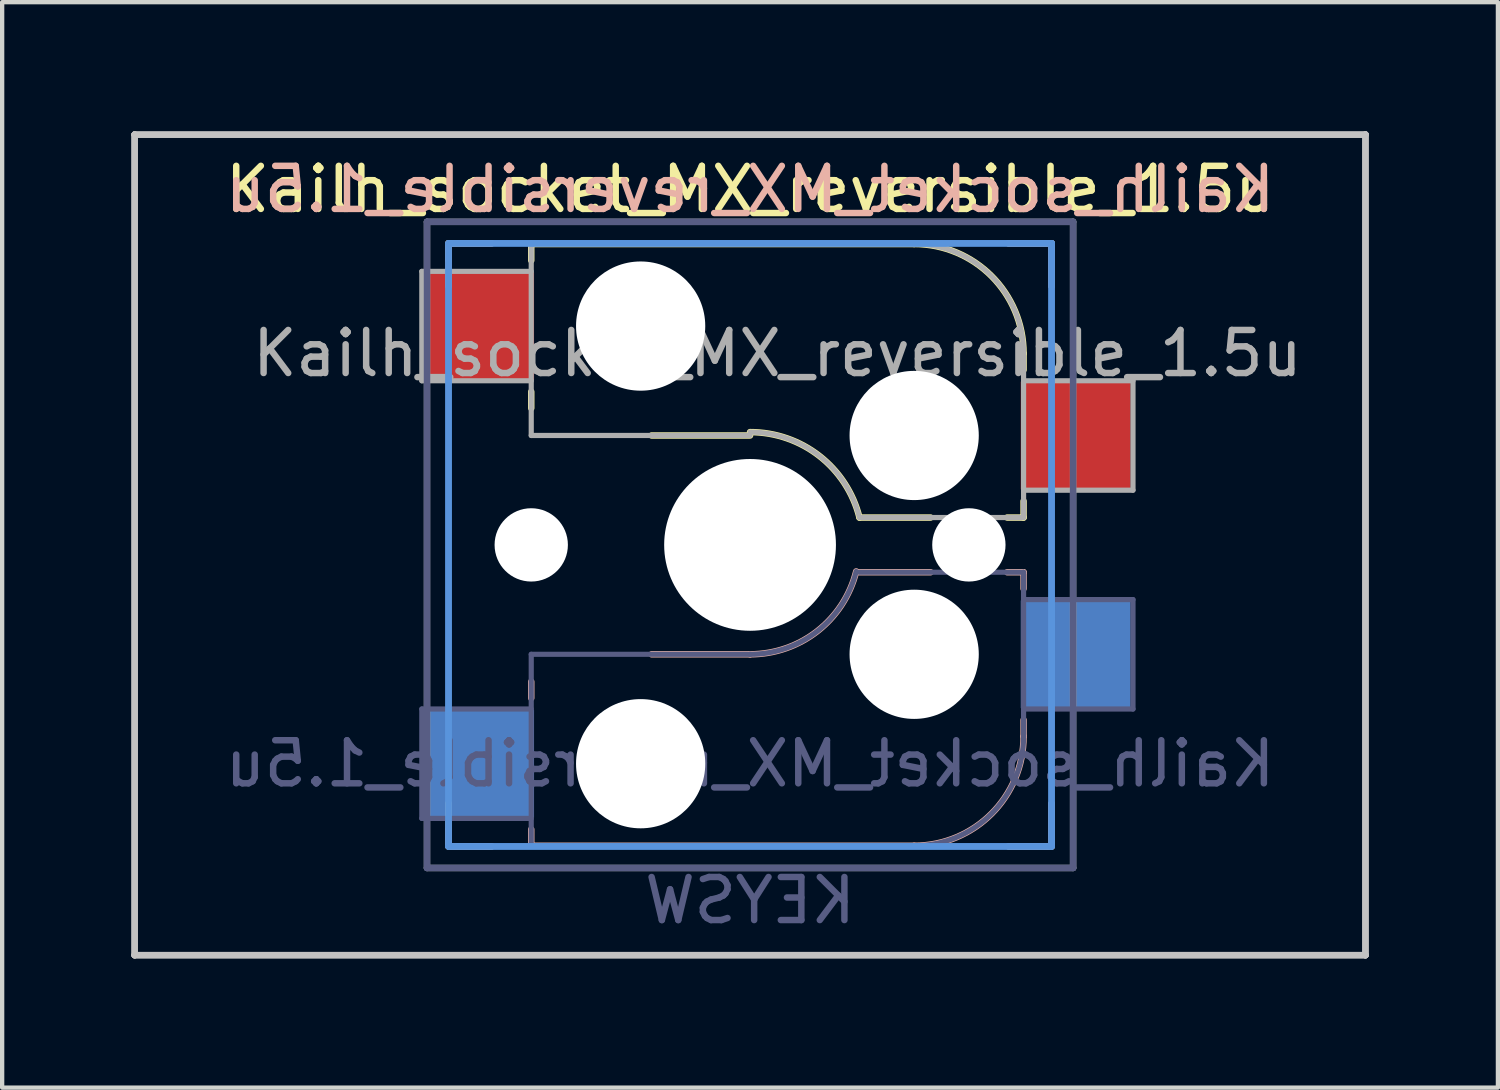
<source format=kicad_pcb>
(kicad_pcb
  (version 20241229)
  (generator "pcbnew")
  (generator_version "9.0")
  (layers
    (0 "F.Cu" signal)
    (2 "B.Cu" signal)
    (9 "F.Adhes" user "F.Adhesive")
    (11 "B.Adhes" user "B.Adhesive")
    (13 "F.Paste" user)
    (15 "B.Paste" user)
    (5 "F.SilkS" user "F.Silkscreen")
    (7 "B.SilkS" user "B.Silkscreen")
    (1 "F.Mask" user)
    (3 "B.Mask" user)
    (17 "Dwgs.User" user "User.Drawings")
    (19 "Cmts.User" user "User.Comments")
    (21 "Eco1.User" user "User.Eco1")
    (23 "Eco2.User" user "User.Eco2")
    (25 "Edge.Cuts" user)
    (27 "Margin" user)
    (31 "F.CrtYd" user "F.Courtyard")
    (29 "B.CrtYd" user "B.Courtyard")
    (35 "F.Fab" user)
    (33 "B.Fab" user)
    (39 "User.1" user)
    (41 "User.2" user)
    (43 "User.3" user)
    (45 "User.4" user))
  (footprint "Kailh_socket_MX_reversible_1.5u"
    (layer "F.Cu")
    (at 14.363 9.6)
    (property "Reference" "Kailh_socket_MX_reversible_1.5u" (at 0 -8.255 0) (layer "F.SilkS") (effects (font (size 1 1) (thickness 0.15))))
    (property "Value" "KEYSW" (at 0 8.255 0) (layer "F.Fab") (hide yes) (effects (font (size 1 1) (thickness 0.15))))
    (attr smd)
    (fp_line (start -7 -7) (end -6 -7) (stroke (width 0.15) (type solid)) (layer "F.SilkS"))
    (fp_line (start -7 -6.604) (end -7 -7) (stroke (width 0.15) (type solid)) (layer "F.SilkS"))
    (fp_line (start -7 7) (end -7 6) (stroke (width 0.15) (type solid)) (layer "F.SilkS"))
    (fp_line (start -6 7) (end -7 7) (stroke (width 0.15) (type solid)) (layer "F.SilkS"))
    (fp_line (start -5.08 -6.985) (end -5.08 -6.604) (stroke (width 0.15) (type solid)) (layer "F.SilkS"))
    (fp_line (start -5.08 -3.556) (end -5.08 -3.175) (stroke (width 0.15) (type solid)) (layer "F.SilkS"))
    (fp_line (start -2.286 -2.54) (end 0 -2.54) (stroke (width 0.15) (type solid)) (layer "F.SilkS"))
    (fp_line (start 2.54 -0.635) (end 4.191 -0.635) (stroke (width 0.15) (type solid)) (layer "F.SilkS"))
    (fp_line (start 3.81 -6.985) (end -5.08 -6.985) (stroke (width 0.15) (type solid)) (layer "F.SilkS"))
    (fp_line (start 5.969 -0.635) (end 6.35 -0.635) (stroke (width 0.15) (type solid)) (layer "F.SilkS"))
    (fp_line (start 6 -7) (end 7 -7) (stroke (width 0.15) (type solid)) (layer "F.SilkS"))
    (fp_line (start 6.35 -4.445) (end 6.35 -4.064) (stroke (width 0.15) (type solid)) (layer "F.SilkS"))
    (fp_line (start 6.35 -0.635) (end 6.35 -1.016) (stroke (width 0.15) (type solid)) (layer "F.SilkS"))
    (fp_line (start 7 -7) (end 7 -6) (stroke (width 0.15) (type solid)) (layer "F.SilkS"))
    (fp_line (start 7 6) (end 7 7) (stroke (width 0.15) (type solid)) (layer "F.SilkS"))
    (fp_line (start 7 7) (end 6 7) (stroke (width 0.15) (type solid)) (layer "F.SilkS"))
    (fp_arc (start 0.000001 -2.618171) (mid 1.611255 -2.063656) (end 2.539999 -0.634999) (stroke (width 0.15) (type solid)) (layer "F.SilkS"))
    (fp_arc (start 3.81 -6.985) (mid 5.606051 -6.241051) (end 6.35 -4.445) (stroke (width 0.15) (type solid)) (layer "F.SilkS"))
    (fp_line (start -7 -7) (end -6 -7) (stroke (width 0.15) (type solid)) (layer "B.SilkS"))
    (fp_line (start -7 -6) (end -7 -7) (stroke (width 0.15) (type solid)) (layer "B.SilkS"))
    (fp_line (start -7 7) (end -7 6.604) (stroke (width 0.15) (type solid)) (layer "B.SilkS"))
    (fp_line (start -6 7) (end -7 7) (stroke (width 0.15) (type solid)) (layer "B.SilkS"))
    (fp_line (start -5.08 3.175) (end -5.08 3.556) (stroke (width 0.15) (type solid)) (layer "B.SilkS"))
    (fp_line (start -5.08 6.604) (end -5.08 6.985) (stroke (width 0.15) (type solid)) (layer "B.SilkS"))
    (fp_line (start -5.08 6.985) (end 3.81 6.985) (stroke (width 0.15) (type solid)) (layer "B.SilkS"))
    (fp_line (start 0 2.54) (end -2.286 2.54) (stroke (width 0.15) (type solid)) (layer "B.SilkS"))
    (fp_line (start 4.191 0.635) (end 2.54 0.635) (stroke (width 0.15) (type solid)) (layer "B.SilkS"))
    (fp_line (start 6 -7) (end 7 -7) (stroke (width 0.15) (type solid)) (layer "B.SilkS"))
    (fp_line (start 6.35 0.635) (end 5.969 0.635) (stroke (width 0.15) (type solid)) (layer "B.SilkS"))
    (fp_line (start 6.35 1.016) (end 6.35 0.635) (stroke (width 0.15) (type solid)) (layer "B.SilkS"))
    (fp_line (start 6.35 4.445) (end 6.35 4.064) (stroke (width 0.15) (type solid)) (layer "B.SilkS"))
    (fp_line (start 7 -7) (end 7 -6) (stroke (width 0.15) (type solid)) (layer "B.SilkS"))
    (fp_line (start 7 6) (end 7 7) (stroke (width 0.15) (type solid)) (layer "B.SilkS"))
    (fp_line (start 7 7) (end 6 7) (stroke (width 0.15) (type solid)) (layer "B.SilkS"))
    (fp_arc (start 2.464162 0.61604) (mid 1.563147 2.002042) (end 0 2.54) (stroke (width 0.15) (type solid)) (layer "B.SilkS"))
    (fp_arc (start 6.35 4.445) (mid 5.606051 6.241051) (end 3.81 6.985) (stroke (width 0.15) (type solid)) (layer "B.SilkS"))
    (fp_line (start -14.287 -9.525) (end -14.287 -9.525) (stroke (width 0.15) (type solid)) (layer "Dwgs.User"))
    (fp_line (start -14.287 -9.525) (end -14.287 -9.525) (stroke (width 0.15) (type solid)) (layer "Dwgs.User"))
    (fp_line (start -14.287 -9.525) (end -14.287 9.525) (stroke (width 0.15) (type solid)) (layer "Dwgs.User"))
    (fp_line (start -14.287 -9.525) (end 14.287 -9.525) (stroke (width 0.15) (type solid)) (layer "Dwgs.User"))
    (fp_line (start -14.287 9.525) (end -14.287 -9.525) (stroke (width 0.15) (type solid)) (layer "Dwgs.User"))
    (fp_line (start -14.287 9.525) (end -14.287 9.525) (stroke (width 0.15) (type solid)) (layer "Dwgs.User"))
    (fp_line (start -14.287 9.525) (end -14.287 9.525) (stroke (width 0.15) (type solid)) (layer "Dwgs.User"))
    (fp_line (start -14.287 9.525) (end 14.287 9.525) (stroke (width 0.15) (type solid)) (layer "Dwgs.User"))
    (fp_line (start 14.287 -9.525) (end -14.287 -9.525) (stroke (width 0.15) (type solid)) (layer "Dwgs.User"))
    (fp_line (start 14.287 -9.525) (end 14.287 -9.525) (stroke (width 0.15) (type solid)) (layer "Dwgs.User"))
    (fp_line (start 14.287 -9.525) (end 14.287 -9.525) (stroke (width 0.15) (type solid)) (layer "Dwgs.User"))
    (fp_line (start 14.287 -9.525) (end 14.287 9.525) (stroke (width 0.15) (type solid)) (layer "Dwgs.User"))
    (fp_line (start 14.287 9.525) (end -14.287 9.525) (stroke (width 0.15) (type solid)) (layer "Dwgs.User"))
    (fp_line (start 14.287 9.525) (end 14.287 -9.525) (stroke (width 0.15) (type solid)) (layer "Dwgs.User"))
    (fp_line (start 14.287 9.525) (end 14.287 9.525) (stroke (width 0.15) (type solid)) (layer "Dwgs.User"))
    (fp_line (start 14.287 9.525) (end 14.287 9.525) (stroke (width 0.15) (type solid)) (layer "Dwgs.User"))
    (fp_line (start -7 -7) (end -7 7) (stroke (width 0.15) (type solid)) (layer "Cmts.User"))
    (fp_line (start -7 -7) (end 7 -7) (stroke (width 0.15) (type solid)) (layer "Cmts.User"))
    (fp_line (start -7 7) (end -7 -7) (stroke (width 0.15) (type solid)) (layer "Cmts.User"))
    (fp_line (start -7 7) (end -7 7) (stroke (width 0.15) (type solid)) (layer "Cmts.User"))
    (fp_line (start -7 7) (end -7 7) (stroke (width 0.15) (type solid)) (layer "Cmts.User"))
    (fp_line (start -7 7) (end 7 7) (stroke (width 0.15) (type solid)) (layer "Cmts.User"))
    (fp_line (start 7 -7) (end -7 -7) (stroke (width 0.15) (type solid)) (layer "Cmts.User"))
    (fp_line (start 7 -7) (end 7 -7) (stroke (width 0.15) (type solid)) (layer "Cmts.User"))
    (fp_line (start 7 -7) (end 7 -7) (stroke (width 0.15) (type solid)) (layer "Cmts.User"))
    (fp_line (start 7 -7) (end 7 7) (stroke (width 0.15) (type solid)) (layer "Cmts.User"))
    (fp_line (start 7 7) (end -7 7) (stroke (width 0.15) (type solid)) (layer "Cmts.User"))
    (fp_line (start 7 7) (end 7 -7) (stroke (width 0.15) (type solid)) (layer "Cmts.User"))
    (fp_line (start 7 7) (end 7 7) (stroke (width 0.15) (type solid)) (layer "Cmts.User"))
    (fp_line (start 7 7) (end 7 7) (stroke (width 0.15) (type solid)) (layer "Cmts.User"))
    (fp_line (start -6.9 6.9) (end -6.9 -6.9) (stroke (width 0.15) (type solid)) (layer "Eco2.User"))
    (fp_line (start -6.9 6.9) (end 6.9 6.9) (stroke (width 0.15) (type solid)) (layer "Eco2.User"))
    (fp_line (start 6.9 -6.9) (end -6.9 -6.9) (stroke (width 0.15) (type solid)) (layer "Eco2.User"))
    (fp_line (start 6.9 -6.9) (end 6.9 6.9) (stroke (width 0.15) (type solid)) (layer "Eco2.User"))
    (fp_line (start -7.62 3.81) (end -7.62 6.35) (stroke (width 0.12) (type solid)) (layer "B.Fab"))
    (fp_line (start -7.62 6.35) (end -5.08 6.35) (stroke (width 0.12) (type solid)) (layer "B.Fab"))
    (fp_line (start -7.5 -7.5) (end 7.5 -7.5) (stroke (width 0.15) (type solid)) (layer "B.Fab"))
    (fp_line (start -7.5 7.5) (end -7.5 -7.5) (stroke (width 0.15) (type solid)) (layer "B.Fab"))
    (fp_line (start -5.08 2.54) (end -5.08 6.985) (stroke (width 0.12) (type solid)) (layer "B.Fab"))
    (fp_line (start -5.08 3.81) (end -7.62 3.81) (stroke (width 0.12) (type solid)) (layer "B.Fab"))
    (fp_line (start -5.08 6.985) (end 3.81 6.985) (stroke (width 0.12) (type solid)) (layer "B.Fab"))
    (fp_line (start 0 2.54) (end -5.08 2.54) (stroke (width 0.12) (type solid)) (layer "B.Fab"))
    (fp_line (start 6.35 0.635) (end 2.54 0.635) (stroke (width 0.12) (type solid)) (layer "B.Fab"))
    (fp_line (start 6.35 3.81) (end 8.89 3.81) (stroke (width 0.12) (type solid)) (layer "B.Fab"))
    (fp_line (start 6.35 4.445) (end 6.35 0.635) (stroke (width 0.12) (type solid)) (layer "B.Fab"))
    (fp_line (start 7.5 -7.5) (end 7.5 7.5) (stroke (width 0.15) (type solid)) (layer "B.Fab"))
    (fp_line (start 7.5 7.5) (end -7.5 7.5) (stroke (width 0.15) (type solid)) (layer "B.Fab"))
    (fp_line (start 8.89 1.27) (end 6.35 1.27) (stroke (width 0.12) (type solid)) (layer "B.Fab"))
    (fp_line (start 8.89 3.81) (end 8.89 1.27) (stroke (width 0.12) (type solid)) (layer "B.Fab"))
    (fp_arc (start 2.464162 0.61604) (mid 1.563147 2.002042) (end 0 2.54) (stroke (width 0.12) (type solid)) (layer "B.Fab"))
    (fp_arc (start 6.35 4.445) (mid 5.606051 6.241051) (end 3.81 6.985) (stroke (width 0.12) (type solid)) (layer "B.Fab"))
    (fp_line (start -7.62 -6.35) (end -7.62 -3.81) (stroke (width 0.12) (type solid)) (layer "F.Fab"))
    (fp_line (start -7.62 -3.81) (end -5.08 -3.81) (stroke (width 0.12) (type solid)) (layer "F.Fab"))
    (fp_line (start -7.5 -7.5) (end 7.5 -7.5) (stroke (width 0.15) (type solid)) (layer "F.Fab"))
    (fp_line (start -7.5 7.5) (end -7.5 -7.5) (stroke (width 0.15) (type solid)) (layer "F.Fab"))
    (fp_line (start -5.08 -6.985) (end -5.08 -2.54) (stroke (width 0.12) (type solid)) (layer "F.Fab"))
    (fp_line (start -5.08 -6.35) (end -7.62 -6.35) (stroke (width 0.12) (type solid)) (layer "F.Fab"))
    (fp_line (start -5.08 -2.54) (end 0 -2.54) (stroke (width 0.12) (type solid)) (layer "F.Fab"))
    (fp_line (start 2.54 -0.635) (end 6.35 -0.635) (stroke (width 0.12) (type solid)) (layer "F.Fab"))
    (fp_line (start 3.81 -6.985) (end -5.08 -6.985) (stroke (width 0.12) (type solid)) (layer "F.Fab"))
    (fp_line (start 6.35 -1.27) (end 8.89 -1.27) (stroke (width 0.12) (type solid)) (layer "F.Fab"))
    (fp_line (start 6.35 -0.635) (end 6.35 -4.445) (stroke (width 0.12) (type solid)) (layer "F.Fab"))
    (fp_line (start 7.5 -7.5) (end 7.5 7.5) (stroke (width 0.15) (type solid)) (layer "F.Fab"))
    (fp_line (start 7.5 7.5) (end -7.5 7.5) (stroke (width 0.15) (type solid)) (layer "F.Fab"))
    (fp_line (start 8.89 -3.81) (end 6.35 -3.81) (stroke (width 0.12) (type solid)) (layer "F.Fab"))
    (fp_line (start 8.89 -1.27) (end 8.89 -3.81) (stroke (width 0.12) (type solid)) (layer "F.Fab"))
    (fp_arc (start 0.000001 -2.618171) (mid 1.611255 -2.063656) (end 2.539999 -0.634999) (stroke (width 0.12) (type solid)) (layer "F.Fab"))
    (fp_arc (start 3.81 -6.985) (mid 5.606051 -6.241051) (end 6.35 -4.445) (stroke (width 0.12) (type solid)) (layer "F.Fab"))
    (fp_poly (pts (xy 7.144 7.144) (xy -7.144 7.144) (xy -7.144 -7.144) (xy 7.144 -7.144)) (stroke (width 0.12) (type solid)) (fill no) (layer "User.2"))
    (fp_poly (pts (xy 2.381 8.334) (xy -2.381 8.334) (xy -2.381 -8.334) (xy 2.381 -8.334)) (stroke (width 0.12) (type solid)) (fill no) (layer "User.3"))
    (fp_text user "${REFERENCE}" (at 0 -8.255 0) (layer "B.SilkS") (effects (font (size 1 1) (thickness 0.15)) (justify mirror)))
    (fp_text user "${VALUE}" (at 0 8.255 0) (layer "B.Fab") (effects (font (size 1 1) (thickness 0.15)) (justify mirror)))
    (fp_text user "${REFERENCE}" (at 0 5.08 0) (layer "B.Fab") (effects (font (size 1 1) (thickness 0.15)) (justify mirror)))
    (fp_text user "${REFERENCE}" (at 0.635 -4.445 0) (layer "F.Fab") (effects (font (size 1 1) (thickness 0.15))))
    (pad "" np_thru_hole circle (at -5.08 0) (size 1.702 1.702) (drill 1.702) (layers "*.Cu" "*.Mask"))
    (pad "" np_thru_hole circle (at -2.54 -5.08) (size 3 3) (drill 3) (layers "*.Cu" "*.Mask"))
    (pad "" np_thru_hole circle (at -2.54 5.08) (size 3 3) (drill 3) (layers "*.Cu" "*.Mask"))
    (pad "" np_thru_hole circle (at 0 0) (size 3.988 3.988) (drill 3.988) (layers "*.Cu" "*.Mask"))
    (pad "" np_thru_hole circle (at 3.81 -2.54) (size 3 3) (drill 3) (layers "*.Cu" "*.Mask"))
    (pad "" np_thru_hole circle (at 3.81 2.54) (size 3 3) (drill 3) (layers "*.Cu" "*.Mask"))
    (pad "" np_thru_hole circle (at 5.08 0) (size 1.702 1.702) (drill 1.702) (layers "*.Cu" "*.Mask"))
    (pad "1" smd rect (at -6.29 -5.08) (size 2.55 2.5) (layers "F.Cu" "F.Mask" "F.Paste"))
    (pad "1" smd rect (at -6.29 5.08) (size 2.55 2.5) (layers "B.Cu" "B.Mask" "B.Paste"))
    (pad "2" smd rect (at 7.56 -2.54) (size 2.55 2.5) (layers "F.Cu" "F.Mask" "F.Paste"))
    (pad "2" smd rect (at 7.56 2.54) (size 2.55 2.5) (layers "B.Cu" "B.Mask" "B.Paste")))
  (gr_rect
    (start -3 -3)
    (end 31.725 22.2)
    (stroke (width 0.1) (type default))
    (fill no)
    (layer "Edge.Cuts")))
</source>
